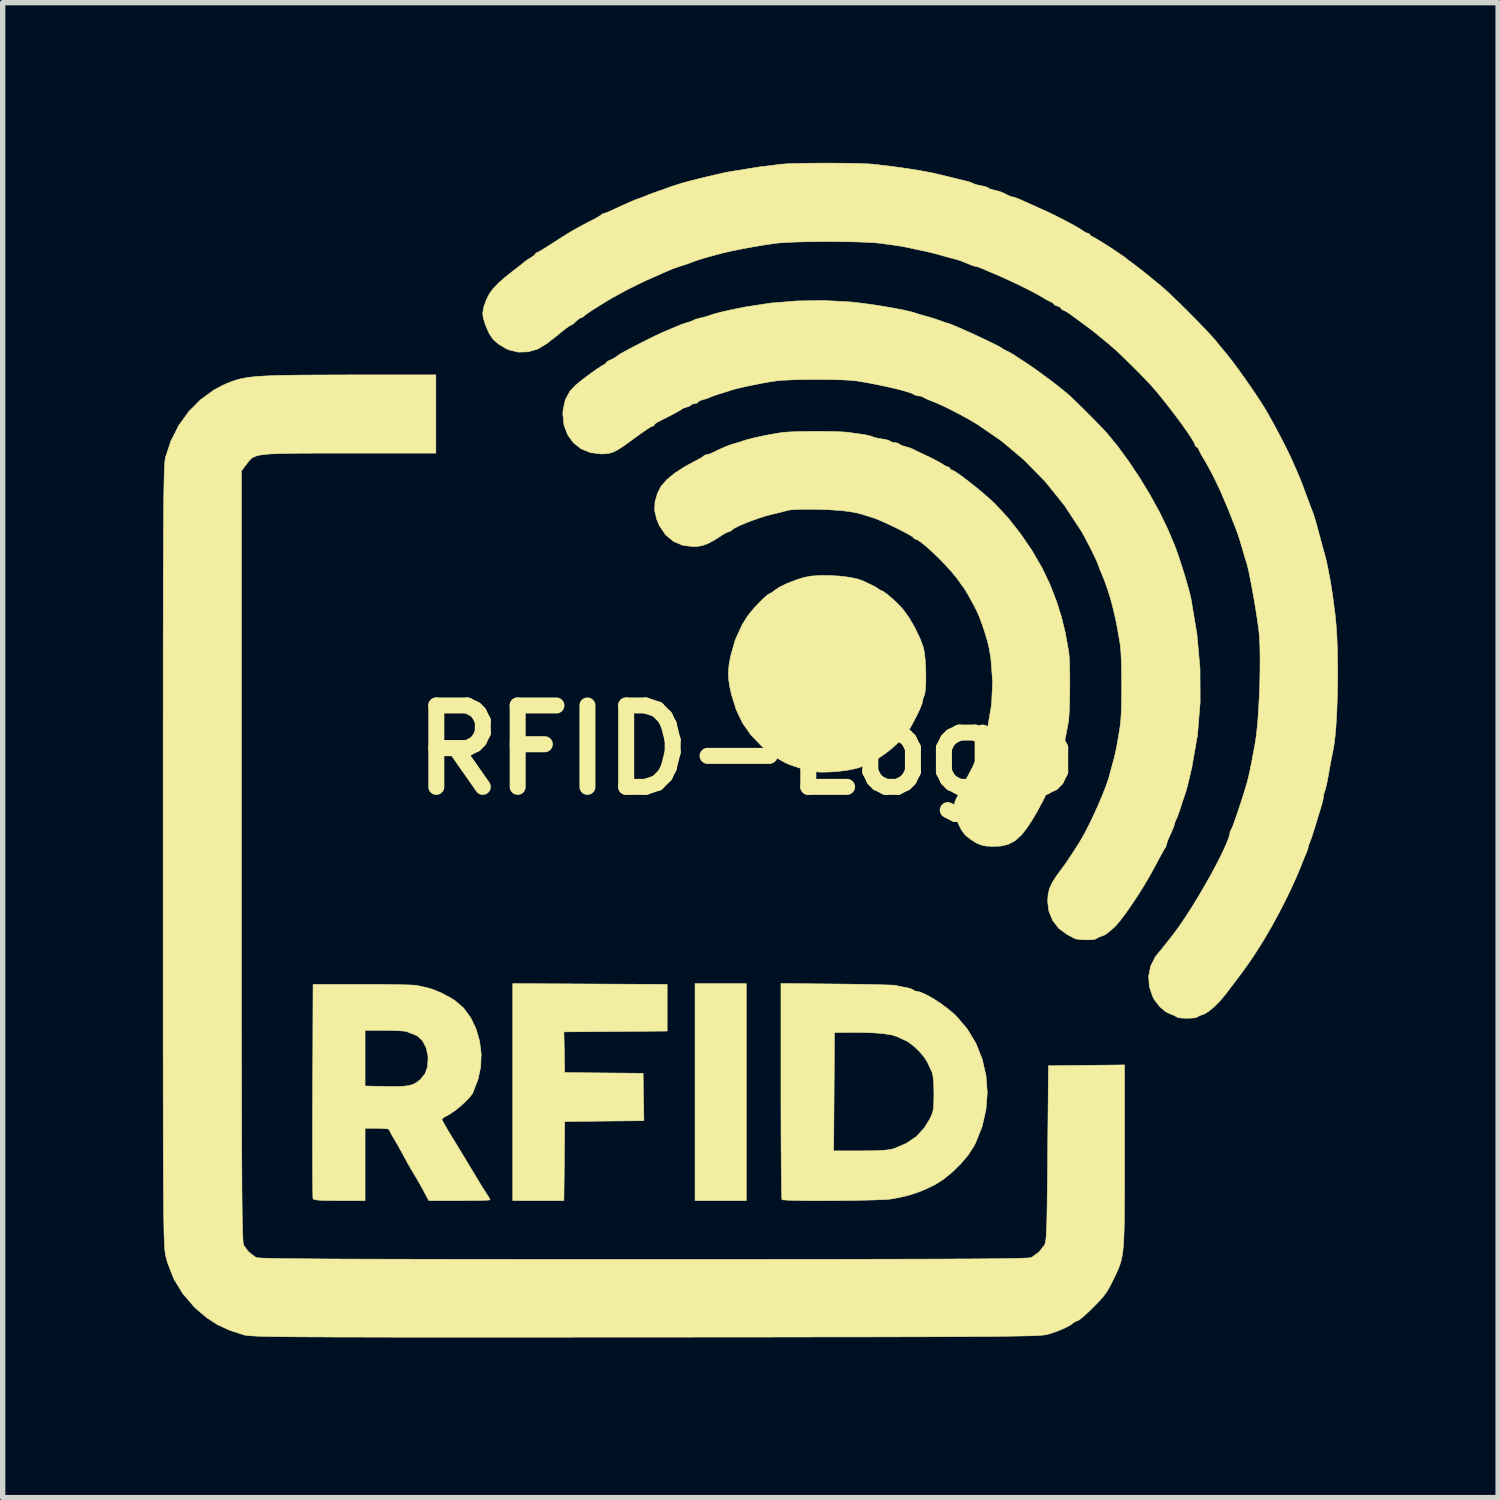
<source format=kicad_pcb>
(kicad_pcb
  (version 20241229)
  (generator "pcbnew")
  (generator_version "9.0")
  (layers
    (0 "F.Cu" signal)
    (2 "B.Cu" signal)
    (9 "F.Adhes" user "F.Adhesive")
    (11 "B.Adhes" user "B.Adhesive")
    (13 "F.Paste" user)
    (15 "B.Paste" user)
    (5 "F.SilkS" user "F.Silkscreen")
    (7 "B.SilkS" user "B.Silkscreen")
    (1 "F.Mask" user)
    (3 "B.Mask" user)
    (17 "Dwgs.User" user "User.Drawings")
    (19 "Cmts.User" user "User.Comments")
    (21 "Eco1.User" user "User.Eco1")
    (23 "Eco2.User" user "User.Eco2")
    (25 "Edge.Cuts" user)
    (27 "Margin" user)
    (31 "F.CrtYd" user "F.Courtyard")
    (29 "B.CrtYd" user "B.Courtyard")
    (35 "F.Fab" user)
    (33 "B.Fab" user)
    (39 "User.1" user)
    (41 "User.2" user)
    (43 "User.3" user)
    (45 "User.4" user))
  (footprint "RFID-Logo"
    (layer "F.Cu")
    (at 10.927 10.997)
    (property "Reference" "RFID-Logo" (at 0 0 0) (layer "F.SilkS") (effects (font (size 1.524 1.524) (thickness 0.3))))
    (attr through_hole)
    (fp_poly (pts (xy 0 8.438) (xy -0.96 8.438) (xy -0.96 4.374) (xy 0 4.374) (xy 0 8.438)) (stroke (width 0.01) (type solid)) (fill yes) (layer "F.SilkS"))
    (fp_poly (pts (xy -1.482 4.389) (xy -1.482 5.263) (xy -2.449 5.271) (xy -3.416 5.278) (xy -3.401 6.041) (xy -2.667 6.047) (xy -1.933 6.054) (xy -1.918 6.942) (xy -2.659 6.949) (xy -3.401 6.957) (xy -3.408 7.698) (xy -3.416 8.438) (xy -4.374 8.438) (xy -4.374 4.374) (xy -1.482 4.389)) (stroke (width 0.01) (type solid)) (fill yes) (layer "F.SilkS"))
    (fp_poly (pts (xy 1.748 -3.258) (xy 1.928 -3.236) (xy 2.082 -3.204) (xy 2.195 -3.164) (xy 2.195 -3.164) (xy 2.251 -3.136) (xy 2.33 -3.099) (xy 2.357 -3.086) (xy 2.427 -3.05) (xy 2.472 -3.02) (xy 2.479 -3.013) (xy 2.511 -2.992) (xy 2.518 -2.992) (xy 2.562 -2.972) (xy 2.632 -2.922) (xy 2.719 -2.849) (xy 2.812 -2.764) (xy 2.898 -2.676) (xy 2.953 -2.612) (xy 3.06 -2.46) (xy 3.165 -2.275) (xy 3.256 -2.083) (xy 3.316 -1.922) (xy 3.335 -1.83) (xy 3.349 -1.705) (xy 3.359 -1.56) (xy 3.363 -1.409) (xy 3.362 -1.264) (xy 3.355 -1.141) (xy 3.343 -1.051) (xy 3.332 -1.02) (xy 3.307 -0.954) (xy 3.302 -0.917) (xy 3.289 -0.864) (xy 3.254 -0.776) (xy 3.203 -0.666) (xy 3.144 -0.55) (xy 3.084 -0.44) (xy 3.03 -0.35) (xy 3.001 -0.31) (xy 2.873 -0.168) (xy 2.73 -0.033) (xy 2.593 0.073) (xy 2.582 0.081) (xy 2.513 0.127) (xy 2.466 0.161) (xy 2.455 0.169) (xy 2.423 0.189) (xy 2.36 0.221) (xy 2.342 0.229) (xy 2.256 0.269) (xy 2.178 0.304) (xy 2.173 0.307) (xy 2.061 0.344) (xy 1.911 0.375) (xy 1.74 0.398) (xy 1.562 0.411) (xy 1.396 0.414) (xy 1.257 0.405) (xy 1.185 0.391) (xy 1.017 0.342) (xy 0.892 0.302) (xy 0.8 0.269) (xy 0.73 0.238) (xy 0.671 0.206) (xy 0.671 0.205) (xy 0.603 0.166) (xy 0.558 0.143) (xy 0.55 0.141) (xy 0.529 0.134) (xy 0.493 0.108) (xy 0.433 0.057) (xy 0.343 -0.023) (xy 0.276 -0.085) (xy 0.084 -0.286) (xy -0.069 -0.504) (xy -0.187 -0.75) (xy -0.276 -1.033) (xy -0.309 -1.18) (xy -0.331 -1.323) (xy -0.336 -1.454) (xy -0.323 -1.596) (xy -0.296 -1.75) (xy -0.207 -2.064) (xy -0.075 -2.352) (xy 0.019 -2.501) (xy 0.086 -2.588) (xy 0.168 -2.683) (xy 0.255 -2.774) (xy 0.337 -2.854) (xy 0.404 -2.911) (xy 0.446 -2.935) (xy 0.448 -2.935) (xy 0.483 -2.952) (xy 0.524 -2.985) (xy 0.618 -3.049) (xy 0.758 -3.118) (xy 0.932 -3.186) (xy 1.073 -3.231) (xy 1.205 -3.257) (xy 1.372 -3.269) (xy 1.558 -3.269) (xy 1.748 -3.258)) (stroke (width 0.01) (type solid)) (fill yes) (layer "F.SilkS"))
    (fp_poly (pts (xy 1.7 4.382) (xy 1.94 4.385) (xy 2.162 4.388) (xy 2.362 4.392) (xy 2.531 4.396) (xy 2.663 4.4) (xy 2.753 4.403) (xy 2.793 4.407) (xy 2.794 4.407) (xy 2.846 4.42) (xy 2.929 4.437) (xy 2.971 4.444) (xy 3.053 4.461) (xy 3.108 4.481) (xy 3.121 4.491) (xy 3.159 4.513) (xy 3.178 4.516) (xy 3.259 4.533) (xy 3.371 4.583) (xy 3.502 4.656) (xy 3.642 4.747) (xy 3.779 4.849) (xy 3.902 4.954) (xy 3.931 4.981) (xy 4.138 5.223) (xy 4.301 5.494) (xy 4.418 5.788) (xy 4.489 6.097) (xy 4.513 6.416) (xy 4.488 6.738) (xy 4.415 7.056) (xy 4.291 7.364) (xy 4.261 7.422) (xy 4.158 7.581) (xy 4.019 7.746) (xy 3.858 7.904) (xy 3.691 8.04) (xy 3.531 8.142) (xy 3.51 8.152) (xy 3.337 8.233) (xy 3.187 8.293) (xy 3.038 8.339) (xy 2.869 8.379) (xy 2.722 8.407) (xy 2.657 8.414) (xy 2.549 8.42) (xy 2.404 8.426) (xy 2.232 8.43) (xy 2.038 8.434) (xy 1.833 8.437) (xy 1.622 8.438) (xy 1.414 8.439) (xy 1.217 8.439) (xy 1.039 8.437) (xy 0.887 8.434) (xy 0.769 8.43) (xy 0.694 8.425) (xy 0.668 8.42) (xy 0.665 8.389) (xy 0.662 8.306) (xy 0.659 8.177) (xy 0.657 8.004) (xy 0.654 7.793) (xy 0.653 7.548) (xy 0.652 7.507) (xy 1.636 7.507) (xy 2.138 7.507) (xy 2.347 7.505) (xy 2.507 7.5) (xy 2.628 7.491) (xy 2.717 7.477) (xy 2.766 7.464) (xy 2.997 7.366) (xy 3.183 7.24) (xy 3.331 7.081) (xy 3.434 6.914) (xy 3.469 6.842) (xy 3.492 6.778) (xy 3.505 6.708) (xy 3.511 6.615) (xy 3.513 6.485) (xy 3.514 6.432) (xy 3.51 6.245) (xy 3.497 6.111) (xy 3.477 6.028) (xy 3.474 6.023) (xy 3.434 5.938) (xy 3.392 5.847) (xy 3.39 5.843) (xy 3.328 5.746) (xy 3.235 5.638) (xy 3.128 5.538) (xy 3.025 5.462) (xy 2.991 5.444) (xy 2.904 5.404) (xy 2.827 5.368) (xy 2.822 5.366) (xy 2.726 5.336) (xy 2.582 5.313) (xy 2.398 5.297) (xy 2.184 5.289) (xy 2.004 5.288) (xy 1.651 5.292) (xy 1.644 6.399) (xy 1.636 7.507) (xy 0.652 7.507) (xy 0.651 7.273) (xy 0.65 6.974) (xy 0.649 6.655) (xy 0.649 6.386) (xy 0.649 4.372) (xy 1.7 4.382)) (stroke (width 0.01) (type solid)) (fill yes) (layer "F.SilkS"))
    (fp_poly (pts (xy -6.955 4.389) (xy -6.742 4.391) (xy -6.552 4.394) (xy -6.392 4.397) (xy -6.268 4.401) (xy -6.19 4.406) (xy -6.167 4.409) (xy -6.072 4.431) (xy -5.997 4.446) (xy -5.859 4.487) (xy -5.697 4.556) (xy -5.532 4.645) (xy -5.456 4.693) (xy -5.294 4.832) (xy -5.162 5.012) (xy -5.062 5.221) (xy -4.995 5.451) (xy -4.965 5.692) (xy -4.974 5.933) (xy -5.024 6.166) (xy -5.069 6.284) (xy -5.095 6.348) (xy -5.108 6.387) (xy -5.108 6.389) (xy -5.129 6.436) (xy -5.185 6.506) (xy -5.265 6.589) (xy -5.359 6.675) (xy -5.455 6.752) (xy -5.542 6.812) (xy -5.576 6.831) (xy -5.649 6.871) (xy -5.694 6.905) (xy -5.701 6.917) (xy -5.687 6.95) (xy -5.648 7.02) (xy -5.592 7.118) (xy -5.523 7.232) (xy -5.522 7.232) (xy -5.438 7.369) (xy -5.337 7.535) (xy -5.232 7.709) (xy -5.134 7.873) (xy -5.124 7.888) (xy -5.043 8.023) (xy -4.968 8.147) (xy -4.905 8.248) (xy -4.862 8.316) (xy -4.851 8.331) (xy -4.815 8.388) (xy -4.798 8.422) (xy -4.798 8.423) (xy -4.825 8.428) (xy -4.899 8.432) (xy -5.014 8.435) (xy -5.16 8.437) (xy -5.329 8.438) (xy -5.372 8.438) (xy -5.947 8.438) (xy -6.04 8.262) (xy -6.104 8.145) (xy -6.174 8.024) (xy -6.221 7.945) (xy -6.284 7.839) (xy -6.354 7.716) (xy -6.399 7.633) (xy -6.465 7.511) (xy -6.541 7.376) (xy -6.588 7.296) (xy -6.639 7.209) (xy -6.675 7.141) (xy -6.689 7.107) (xy -6.689 7.107) (xy -6.715 7.096) (xy -6.784 7.088) (xy -6.883 7.084) (xy -6.914 7.084) (xy -7.14 7.084) (xy -7.14 8.438) (xy -7.621 8.438) (xy -7.81 8.437) (xy -7.948 8.434) (xy -8.041 8.427) (xy -8.095 8.417) (xy -8.115 8.403) (xy -8.117 8.37) (xy -8.119 8.284) (xy -8.12 8.152) (xy -8.122 7.977) (xy -8.122 7.764) (xy -8.123 7.517) (xy -8.123 7.242) (xy -8.123 6.942) (xy -8.122 6.623) (xy -8.121 6.378) (xy -8.117 5.249) (xy -7.14 5.249) (xy -7.14 6.292) (xy -6.752 6.3) (xy -6.566 6.302) (xy -6.425 6.297) (xy -6.32 6.284) (xy -6.238 6.26) (xy -6.17 6.223) (xy -6.105 6.171) (xy -6.104 6.17) (xy -6.016 6.062) (xy -5.969 5.93) (xy -5.96 5.765) (xy -5.963 5.722) (xy -5.997 5.571) (xy -6.063 5.446) (xy -6.156 5.357) (xy -6.226 5.324) (xy -6.303 5.297) (xy -6.357 5.274) (xy -6.402 5.265) (xy -6.492 5.257) (xy -6.614 5.252) (xy -6.754 5.249) (xy -6.773 5.249) (xy -7.14 5.249) (xy -8.117 5.249) (xy -8.114 4.389) (xy -7.183 4.389) (xy -6.955 4.389)) (stroke (width 0.01) (type solid)) (fill yes) (layer "F.SilkS"))
    (fp_poly (pts (xy 1.446 -5.968) (xy 1.619 -5.965) (xy 1.769 -5.96) (xy 1.879 -5.953) (xy 1.905 -5.95) (xy 2.026 -5.933) (xy 2.154 -5.915) (xy 2.187 -5.911) (xy 2.274 -5.895) (xy 2.339 -5.878) (xy 2.357 -5.87) (xy 2.399 -5.854) (xy 2.477 -5.837) (xy 2.533 -5.828) (xy 2.619 -5.813) (xy 2.68 -5.794) (xy 2.697 -5.783) (xy 2.734 -5.763) (xy 2.78 -5.757) (xy 2.838 -5.748) (xy 2.863 -5.731) (xy 2.9 -5.708) (xy 2.966 -5.686) (xy 2.97 -5.685) (xy 3.047 -5.664) (xy 3.104 -5.643) (xy 3.147 -5.621) (xy 3.227 -5.582) (xy 3.332 -5.532) (xy 3.401 -5.5) (xy 3.513 -5.445) (xy 3.608 -5.394) (xy 3.673 -5.356) (xy 3.692 -5.343) (xy 3.745 -5.311) (xy 3.77 -5.306) (xy 3.806 -5.29) (xy 3.81 -5.278) (xy 3.832 -5.25) (xy 3.84 -5.249) (xy 3.882 -5.232) (xy 3.958 -5.183) (xy 4.059 -5.111) (xy 4.177 -5.021) (xy 4.304 -4.919) (xy 4.431 -4.814) (xy 4.55 -4.71) (xy 4.652 -4.616) (xy 4.661 -4.607) (xy 4.903 -4.347) (xy 5.137 -4.049) (xy 5.354 -3.731) (xy 5.541 -3.407) (xy 5.687 -3.101) (xy 5.808 -2.789) (xy 5.901 -2.497) (xy 5.973 -2.202) (xy 6.031 -1.88) (xy 6.042 -1.806) (xy 6.05 -1.719) (xy 6.055 -1.59) (xy 6.058 -1.432) (xy 6.059 -1.256) (xy 6.057 -1.075) (xy 6.054 -0.899) (xy 6.049 -0.743) (xy 6.042 -0.616) (xy 6.033 -0.532) (xy 6.031 -0.522) (xy 6.019 -0.458) (xy 6.003 -0.371) (xy 6 -0.353) (xy 5.98 -0.249) (xy 5.957 -0.149) (xy 5.955 -0.141) (xy 5.912 0.02) (xy 5.873 0.163) (xy 5.839 0.276) (xy 5.816 0.346) (xy 5.813 0.353) (xy 5.791 0.408) (xy 5.757 0.496) (xy 5.725 0.579) (xy 5.648 0.76) (xy 5.555 0.951) (xy 5.453 1.141) (xy 5.35 1.317) (xy 5.251 1.466) (xy 5.163 1.578) (xy 5.146 1.597) (xy 5.026 1.703) (xy 4.902 1.767) (xy 4.757 1.799) (xy 4.618 1.804) (xy 4.492 1.798) (xy 4.399 1.779) (xy 4.314 1.743) (xy 4.292 1.73) (xy 4.203 1.673) (xy 4.124 1.613) (xy 4.1 1.591) (xy 4.028 1.495) (xy 3.967 1.372) (xy 3.923 1.237) (xy 3.9 1.106) (xy 3.901 0.995) (xy 3.917 0.941) (xy 3.944 0.889) (xy 3.985 0.806) (xy 4.029 0.72) (xy 4.084 0.61) (xy 4.154 0.477) (xy 4.222 0.348) (xy 4.23 0.334) (xy 4.401 -0.04) (xy 4.522 -0.437) (xy 4.593 -0.851) (xy 4.613 -1.277) (xy 4.581 -1.709) (xy 4.547 -1.912) (xy 4.518 -2.036) (xy 4.472 -2.19) (xy 4.418 -2.351) (xy 4.364 -2.497) (xy 4.32 -2.596) (xy 4.276 -2.684) (xy 4.222 -2.784) (xy 4.167 -2.884) (xy 4.117 -2.97) (xy 4.08 -3.029) (xy 4.066 -3.048) (xy 4.04 -3.08) (xy 4.001 -3.137) (xy 3.998 -3.142) (xy 3.931 -3.235) (xy 3.839 -3.345) (xy 3.731 -3.464) (xy 3.613 -3.585) (xy 3.495 -3.7) (xy 3.383 -3.801) (xy 3.285 -3.882) (xy 3.21 -3.934) (xy 3.168 -3.95) (xy 3.135 -3.967) (xy 3.133 -3.976) (xy 3.109 -3.998) (xy 3.044 -4.037) (xy 2.949 -4.088) (xy 2.835 -4.146) (xy 2.712 -4.206) (xy 2.592 -4.262) (xy 2.485 -4.309) (xy 2.402 -4.342) (xy 2.385 -4.347) (xy 2.303 -4.373) (xy 2.24 -4.393) (xy 2.23 -4.397) (xy 2.095 -4.436) (xy 1.945 -4.465) (xy 1.769 -4.486) (xy 1.556 -4.5) (xy 1.355 -4.507) (xy 1.19 -4.51) (xy 1.039 -4.509) (xy 0.912 -4.504) (xy 0.822 -4.497) (xy 0.79 -4.492) (xy 0.713 -4.472) (xy 0.604 -4.444) (xy 0.486 -4.416) (xy 0.48 -4.415) (xy 0.357 -4.382) (xy 0.22 -4.338) (xy 0.081 -4.288) (xy -0.05 -4.236) (xy -0.161 -4.187) (xy -0.24 -4.145) (xy -0.277 -4.114) (xy -0.278 -4.113) (xy -0.31 -4.093) (xy -0.32 -4.092) (xy -0.363 -4.077) (xy -0.43 -4.041) (xy -0.452 -4.026) (xy -0.601 -3.93) (xy -0.721 -3.867) (xy -0.826 -3.829) (xy -0.93 -3.812) (xy -0.996 -3.81) (xy -1.193 -3.835) (xy -1.367 -3.91) (xy -1.512 -4.032) (xy -1.625 -4.198) (xy -1.678 -4.322) (xy -1.716 -4.486) (xy -1.71 -4.646) (xy -1.663 -4.81) (xy -1.596 -4.939) (xy -1.488 -5.064) (xy -1.338 -5.188) (xy -1.14 -5.314) (xy -0.917 -5.433) (xy -0.847 -5.471) (xy -0.802 -5.502) (xy -0.795 -5.51) (xy -0.762 -5.529) (xy -0.743 -5.532) (xy -0.688 -5.544) (xy -0.625 -5.571) (xy -0.508 -5.629) (xy -0.383 -5.684) (xy -0.272 -5.725) (xy -0.208 -5.744) (xy -0.127 -5.766) (xy -0.071 -5.786) (xy 0.003 -5.81) (xy 0.118 -5.84) (xy 0.261 -5.872) (xy 0.419 -5.904) (xy 0.578 -5.932) (xy 0.677 -5.947) (xy 0.772 -5.956) (xy 0.91 -5.962) (xy 1.077 -5.966) (xy 1.26 -5.968) (xy 1.446 -5.968)) (stroke (width 0.01) (type solid)) (fill yes) (layer "F.SilkS"))
    (fp_poly (pts (xy -5.814 -5.56) (xy -7.436 -5.56) (xy -7.795 -5.56) (xy -8.102 -5.56) (xy -8.362 -5.559) (xy -8.579 -5.556) (xy -8.757 -5.552) (xy -8.901 -5.546) (xy -9.015 -5.537) (xy -9.104 -5.525) (xy -9.172 -5.509) (xy -9.224 -5.489) (xy -9.264 -5.465) (xy -9.296 -5.435) (xy -9.326 -5.4) (xy -9.357 -5.359) (xy -9.363 -5.351) (xy -9.454 -5.23) (xy -9.454 1.981) (xy -9.454 2.744) (xy -9.454 3.452) (xy -9.454 4.107) (xy -9.454 4.713) (xy -9.454 5.269) (xy -9.453 5.78) (xy -9.452 6.245) (xy -9.452 6.668) (xy -9.451 7.051) (xy -9.45 7.395) (xy -9.449 7.702) (xy -9.447 7.975) (xy -9.446 8.216) (xy -9.444 8.425) (xy -9.442 8.606) (xy -9.44 8.761) (xy -9.437 8.891) (xy -9.434 8.998) (xy -9.431 9.084) (xy -9.428 9.152) (xy -9.425 9.203) (xy -9.421 9.239) (xy -9.417 9.263) (xy -9.413 9.275) (xy -9.324 9.396) (xy -9.19 9.498) (xy -9.18 9.504) (xy -9.162 9.508) (xy -9.124 9.511) (xy -9.063 9.515) (xy -8.976 9.518) (xy -8.863 9.52) (xy -8.722 9.523) (xy -8.551 9.525) (xy -8.348 9.527) (xy -8.112 9.529) (xy -7.84 9.531) (xy -7.531 9.533) (xy -7.184 9.534) (xy -6.796 9.535) (xy -6.366 9.536) (xy -5.891 9.537) (xy -5.371 9.538) (xy -4.804 9.538) (xy -4.187 9.539) (xy -3.52 9.539) (xy -2.799 9.539) (xy -2.024 9.539) (xy -1.919 9.539) (xy -1.137 9.539) (xy -0.41 9.539) (xy 0.265 9.539) (xy 0.888 9.538) (xy 1.462 9.538) (xy 1.988 9.537) (xy 2.468 9.536) (xy 2.904 9.535) (xy 3.297 9.534) (xy 3.65 9.533) (xy 3.964 9.531) (xy 4.24 9.53) (xy 4.481 9.528) (xy 4.688 9.526) (xy 4.863 9.523) (xy 5.008 9.521) (xy 5.125 9.518) (xy 5.214 9.515) (xy 5.279 9.512) (xy 5.32 9.508) (xy 5.34 9.504) (xy 5.341 9.504) (xy 5.481 9.402) (xy 5.581 9.276) (xy 5.584 9.271) (xy 5.594 9.248) (xy 5.602 9.216) (xy 5.61 9.169) (xy 5.616 9.104) (xy 5.621 9.015) (xy 5.626 8.9) (xy 5.63 8.752) (xy 5.633 8.569) (xy 5.636 8.344) (xy 5.64 8.075) (xy 5.643 7.756) (xy 5.644 7.549) (xy 5.659 5.913) (xy 7.084 5.897) (xy 7.084 7.603) (xy 7.084 7.974) (xy 7.083 8.293) (xy 7.082 8.565) (xy 7.08 8.795) (xy 7.076 8.988) (xy 7.07 9.15) (xy 7.062 9.284) (xy 7.051 9.395) (xy 7.036 9.489) (xy 7.018 9.571) (xy 6.995 9.644) (xy 6.968 9.715) (xy 6.936 9.788) (xy 6.898 9.867) (xy 6.882 9.901) (xy 6.815 10.035) (xy 6.756 10.139) (xy 6.69 10.229) (xy 6.607 10.324) (xy 6.505 10.428) (xy 6.378 10.551) (xy 6.279 10.638) (xy 6.21 10.687) (xy 6.182 10.696) (xy 6.142 10.714) (xy 6.119 10.733) (xy 6.055 10.778) (xy 5.952 10.83) (xy 5.827 10.882) (xy 5.696 10.928) (xy 5.63 10.946) (xy 5.608 10.951) (xy 5.578 10.955) (xy 5.537 10.959) (xy 5.484 10.963) (xy 5.417 10.966) (xy 5.333 10.97) (xy 5.23 10.972) (xy 5.107 10.975) (xy 4.961 10.977) (xy 4.79 10.98) (xy 4.593 10.982) (xy 4.368 10.983) (xy 4.111 10.985) (xy 3.823 10.986) (xy 3.499 10.988) (xy 3.138 10.989) (xy 2.739 10.99) (xy 2.299 10.991) (xy 1.817 10.992) (xy 1.289 10.992) (xy 0.715 10.993) (xy 0.091 10.994) (xy -0.583 10.994) (xy -1.31 10.995) (xy -1.891 10.995) (xy -2.655 10.995) (xy -3.366 10.996) (xy -4.023 10.996) (xy -4.631 10.996) (xy -5.19 10.996) (xy -5.703 10.996) (xy -6.172 10.996) (xy -6.599 10.996) (xy -6.986 10.995) (xy -7.335 10.994) (xy -7.647 10.994) (xy -7.926 10.992) (xy -8.173 10.991) (xy -8.39 10.99) (xy -8.58 10.988) (xy -8.744 10.986) (xy -8.884 10.984) (xy -9.002 10.981) (xy -9.101 10.979) (xy -9.182 10.976) (xy -9.248 10.972) (xy -9.301 10.969) (xy -9.342 10.965) (xy -9.373 10.96) (xy -9.398 10.956) (xy -9.412 10.952) (xy -9.679 10.865) (xy -9.906 10.76) (xy -10.109 10.629) (xy -10.303 10.463) (xy -10.342 10.426) (xy -10.556 10.177) (xy -10.721 9.905) (xy -10.839 9.603) (xy -10.867 9.5) (xy -10.873 9.476) (xy -10.878 9.451) (xy -10.883 9.421) (xy -10.887 9.386) (xy -10.892 9.343) (xy -10.895 9.291) (xy -10.899 9.226) (xy -10.902 9.147) (xy -10.905 9.052) (xy -10.907 8.938) (xy -10.91 8.805) (xy -10.912 8.648) (xy -10.914 8.468) (xy -10.915 8.26) (xy -10.917 8.024) (xy -10.918 7.757) (xy -10.919 7.457) (xy -10.92 7.122) (xy -10.92 6.75) (xy -10.921 6.339) (xy -10.921 5.886) (xy -10.922 5.39) (xy -10.922 4.849) (xy -10.922 4.26) (xy -10.922 3.622) (xy -10.922 2.931) (xy -10.922 2.187) (xy -10.922 1.988) (xy -10.922 1.223) (xy -10.922 0.513) (xy -10.922 -0.146) (xy -10.921 -0.754) (xy -10.921 -1.313) (xy -10.921 -1.827) (xy -10.92 -2.296) (xy -10.919 -2.723) (xy -10.919 -3.11) (xy -10.918 -3.458) (xy -10.916 -3.77) (xy -10.915 -4.049) (xy -10.914 -4.295) (xy -10.912 -4.511) (xy -10.91 -4.699) (xy -10.908 -4.862) (xy -10.905 -5) (xy -10.903 -5.116) (xy -10.9 -5.213) (xy -10.897 -5.291) (xy -10.893 -5.354) (xy -10.889 -5.403) (xy -10.885 -5.441) (xy -10.881 -5.468) (xy -10.878 -5.48) (xy -10.776 -5.789) (xy -10.63 -6.077) (xy -10.444 -6.336) (xy -10.223 -6.559) (xy -9.975 -6.741) (xy -9.803 -6.832) (xy -9.72 -6.869) (xy -9.64 -6.901) (xy -9.561 -6.928) (xy -9.475 -6.951) (xy -9.38 -6.97) (xy -9.27 -6.986) (xy -9.14 -6.998) (xy -8.986 -7.007) (xy -8.803 -7.014) (xy -8.585 -7.019) (xy -8.329 -7.022) (xy -8.029 -7.024) (xy -7.682 -7.025) (xy -7.401 -7.026) (xy -5.814 -7.027) (xy -5.814 -5.56)) (stroke (width 0.01) (type solid)) (fill yes) (layer "F.SilkS"))
    (fp_poly (pts (xy 1.929 -8.394) (xy 2.004 -8.387) (xy 2.192 -8.365) (xy 2.393 -8.337) (xy 2.595 -8.305) (xy 2.787 -8.271) (xy 2.956 -8.238) (xy 3.09 -8.207) (xy 3.161 -8.186) (xy 3.226 -8.165) (xy 3.322 -8.137) (xy 3.401 -8.115) (xy 3.501 -8.085) (xy 3.585 -8.058) (xy 3.627 -8.043) (xy 3.7 -8.016) (xy 3.754 -7.999) (xy 3.791 -7.988) (xy 3.837 -7.971) (xy 3.902 -7.944) (xy 3.997 -7.904) (xy 4.13 -7.845) (xy 4.163 -7.831) (xy 4.261 -7.786) (xy 4.374 -7.733) (xy 4.492 -7.677) (xy 4.602 -7.624) (xy 4.693 -7.579) (xy 4.752 -7.547) (xy 4.77 -7.537) (xy 4.801 -7.515) (xy 4.865 -7.48) (xy 4.897 -7.465) (xy 4.968 -7.427) (xy 5.015 -7.4) (xy 5.024 -7.393) (xy 5.053 -7.372) (xy 5.117 -7.33) (xy 5.193 -7.282) (xy 5.297 -7.213) (xy 5.432 -7.119) (xy 5.581 -7.01) (xy 5.733 -6.897) (xy 5.872 -6.789) (xy 5.985 -6.697) (xy 6.024 -6.664) (xy 6.107 -6.588) (xy 6.216 -6.483) (xy 6.341 -6.36) (xy 6.469 -6.231) (xy 6.589 -6.109) (xy 6.69 -6.004) (xy 6.748 -5.94) (xy 6.952 -5.693) (xy 7.161 -5.407) (xy 7.368 -5.097) (xy 7.562 -4.777) (xy 7.736 -4.461) (xy 7.881 -4.163) (xy 7.93 -4.05) (xy 7.956 -3.987) (xy 7.992 -3.905) (xy 7.999 -3.888) (xy 8.041 -3.782) (xy 8.093 -3.636) (xy 8.149 -3.465) (xy 8.206 -3.285) (xy 8.257 -3.11) (xy 8.3 -2.955) (xy 8.328 -2.836) (xy 8.439 -2.175) (xy 8.497 -1.529) (xy 8.5 -0.897) (xy 8.45 -0.282) (xy 8.345 0.318) (xy 8.331 0.381) (xy 8.288 0.563) (xy 8.255 0.696) (xy 8.23 0.786) (xy 8.214 0.833) (xy 8.194 0.889) (xy 8.165 0.978) (xy 8.14 1.058) (xy 8.106 1.161) (xy 8.072 1.252) (xy 8.051 1.298) (xy 8.025 1.361) (xy 8.015 1.399) (xy 8.004 1.439) (xy 7.974 1.512) (xy 7.945 1.575) (xy 7.906 1.661) (xy 7.88 1.73) (xy 7.874 1.758) (xy 7.857 1.812) (xy 7.85 1.822) (xy 7.828 1.856) (xy 7.787 1.93) (xy 7.73 2.033) (xy 7.666 2.155) (xy 7.656 2.173) (xy 7.557 2.353) (xy 7.447 2.541) (xy 7.33 2.727) (xy 7.212 2.904) (xy 7.1 3.064) (xy 6.998 3.198) (xy 6.913 3.298) (xy 6.854 3.352) (xy 6.792 3.402) (xy 6.764 3.428) (xy 6.706 3.466) (xy 6.649 3.487) (xy 6.589 3.51) (xy 6.56 3.531) (xy 6.525 3.544) (xy 6.452 3.552) (xy 6.359 3.554) (xy 6.265 3.55) (xy 6.189 3.541) (xy 6.152 3.53) (xy 6.1 3.503) (xy 6.026 3.463) (xy 6.011 3.455) (xy 5.854 3.342) (xy 5.738 3.193) (xy 5.666 3.016) (xy 5.644 2.834) (xy 5.652 2.707) (xy 5.678 2.595) (xy 5.729 2.483) (xy 5.811 2.355) (xy 5.875 2.268) (xy 5.945 2.174) (xy 6.014 2.076) (xy 6.091 1.96) (xy 6.184 1.816) (xy 6.252 1.707) (xy 6.327 1.578) (xy 6.412 1.414) (xy 6.501 1.229) (xy 6.589 1.035) (xy 6.669 0.846) (xy 6.737 0.674) (xy 6.785 0.532) (xy 6.8 0.48) (xy 6.822 0.397) (xy 6.851 0.289) (xy 6.872 0.212) (xy 6.897 0.119) (xy 6.919 0.024) (xy 6.941 -0.088) (xy 6.966 -0.227) (xy 6.995 -0.407) (xy 7.002 -0.452) (xy 7.013 -0.554) (xy 7.022 -0.701) (xy 7.027 -0.88) (xy 7.03 -1.079) (xy 7.03 -1.286) (xy 7.028 -1.488) (xy 7.023 -1.675) (xy 7.016 -1.833) (xy 7.005 -1.95) (xy 7.002 -1.976) (xy 6.974 -2.143) (xy 6.947 -2.296) (xy 6.923 -2.419) (xy 6.906 -2.498) (xy 6.891 -2.559) (xy 6.87 -2.647) (xy 6.86 -2.689) (xy 6.82 -2.84) (xy 6.765 -3.013) (xy 6.706 -3.179) (xy 6.662 -3.288) (xy 6.624 -3.377) (xy 6.595 -3.456) (xy 6.59 -3.471) (xy 6.567 -3.527) (xy 6.525 -3.62) (xy 6.469 -3.734) (xy 6.406 -3.857) (xy 6.344 -3.976) (xy 6.289 -4.076) (xy 6.271 -4.106) (xy 5.958 -4.582) (xy 5.603 -5.023) (xy 5.21 -5.426) (xy 4.782 -5.787) (xy 4.331 -6.098) (xy 4.177 -6.189) (xy 4.005 -6.284) (xy 3.829 -6.375) (xy 3.665 -6.455) (xy 3.528 -6.515) (xy 3.485 -6.531) (xy 3.401 -6.565) (xy 3.337 -6.595) (xy 3.318 -6.608) (xy 3.269 -6.628) (xy 3.231 -6.632) (xy 3.171 -6.643) (xy 3.145 -6.657) (xy 3.096 -6.682) (xy 3 -6.714) (xy 2.866 -6.751) (xy 2.704 -6.79) (xy 2.523 -6.829) (xy 2.332 -6.867) (xy 2.141 -6.901) (xy 2.06 -6.914) (xy 1.959 -6.924) (xy 1.813 -6.932) (xy 1.635 -6.937) (xy 1.438 -6.94) (xy 1.233 -6.94) (xy 1.032 -6.938) (xy 0.848 -6.933) (xy 0.693 -6.926) (xy 0.579 -6.916) (xy 0.564 -6.914) (xy 0.426 -6.893) (xy 0.27 -6.865) (xy 0.108 -6.833) (xy -0.044 -6.801) (xy -0.173 -6.771) (xy -0.264 -6.746) (xy -0.282 -6.74) (xy -0.331 -6.724) (xy -0.413 -6.698) (xy -0.494 -6.673) (xy -0.587 -6.643) (xy -0.66 -6.617) (xy -0.691 -6.602) (xy -0.737 -6.583) (xy -0.809 -6.563) (xy -0.811 -6.563) (xy -0.874 -6.542) (xy -0.903 -6.519) (xy -0.903 -6.517) (xy -0.927 -6.496) (xy -0.958 -6.491) (xy -1.011 -6.48) (xy -1.028 -6.466) (xy -1.065 -6.441) (xy -1.121 -6.421) (xy -1.183 -6.401) (xy -1.213 -6.383) (xy -1.229 -6.37) (xy -1.269 -6.347) (xy -1.337 -6.309) (xy -1.44 -6.255) (xy -1.585 -6.181) (xy -1.667 -6.139) (xy -1.711 -6.108) (xy -1.722 -6.089) (xy -1.743 -6.068) (xy -1.749 -6.068) (xy -1.772 -6.061) (xy -1.813 -6.039) (xy -1.878 -5.996) (xy -1.974 -5.929) (xy -2.105 -5.834) (xy -2.173 -5.784) (xy -2.308 -5.688) (xy -2.411 -5.621) (xy -2.496 -5.579) (xy -2.574 -5.556) (xy -2.658 -5.547) (xy -2.723 -5.546) (xy -2.922 -5.571) (xy -3.096 -5.643) (xy -3.239 -5.756) (xy -3.346 -5.905) (xy -3.414 -6.083) (xy -3.436 -6.286) (xy -3.431 -6.373) (xy -3.389 -6.563) (xy -3.301 -6.723) (xy -3.2 -6.83) (xy -3.116 -6.899) (xy -3.014 -6.979) (xy -2.906 -7.059) (xy -2.805 -7.131) (xy -2.726 -7.183) (xy -2.688 -7.205) (xy -2.64 -7.234) (xy -2.625 -7.254) (xy -2.602 -7.279) (xy -2.575 -7.291) (xy -2.511 -7.321) (xy -2.441 -7.362) (xy -2.399 -7.394) (xy -2.363 -7.418) (xy -2.287 -7.46) (xy -2.181 -7.517) (xy -2.056 -7.582) (xy -1.923 -7.65) (xy -1.791 -7.716) (xy -1.671 -7.774) (xy -1.575 -7.819) (xy -1.522 -7.842) (xy -1.432 -7.879) (xy -1.33 -7.922) (xy -1.308 -7.932) (xy -1.216 -7.97) (xy -1.13 -7.998) (xy -1.111 -8.004) (xy -1.043 -8.025) (xy -1.002 -8.044) (xy -0.957 -8.064) (xy -0.884 -8.086) (xy -0.875 -8.088) (xy -0.801 -8.105) (xy -0.76 -8.116) (xy -0.728 -8.126) (xy -0.706 -8.134) (xy -0.601 -8.168) (xy -0.469 -8.203) (xy -0.302 -8.241) (xy -0.091 -8.284) (xy -0.014 -8.299) (xy 0.457 -8.371) (xy 0.952 -8.411) (xy 1.45 -8.419) (xy 1.929 -8.394)) (stroke (width 0.01) (type solid)) (fill yes) (layer "F.SilkS"))
    (fp_poly (pts (xy 1.734 -10.991) (xy 1.938 -10.989) (xy 2.121 -10.984) (xy 2.271 -10.979) (xy 2.377 -10.972) (xy 2.385 -10.971) (xy 2.712 -10.932) (xy 2.997 -10.893) (xy 3.246 -10.853) (xy 3.351 -10.834) (xy 3.439 -10.817) (xy 3.524 -10.8) (xy 3.62 -10.777) (xy 3.743 -10.748) (xy 3.895 -10.71) (xy 4.001 -10.684) (xy 4.095 -10.661) (xy 4.149 -10.648) (xy 4.214 -10.628) (xy 4.247 -10.611) (xy 4.291 -10.593) (xy 4.367 -10.575) (xy 4.395 -10.57) (xy 4.472 -10.553) (xy 4.522 -10.534) (xy 4.529 -10.528) (xy 4.564 -10.508) (xy 4.631 -10.489) (xy 4.646 -10.486) (xy 4.733 -10.464) (xy 4.805 -10.438) (xy 4.808 -10.436) (xy 4.898 -10.391) (xy 4.953 -10.367) (xy 4.986 -10.358) (xy 4.998 -10.358) (xy 5.038 -10.346) (xy 5.113 -10.317) (xy 5.203 -10.277) (xy 5.313 -10.227) (xy 5.422 -10.178) (xy 5.489 -10.148) (xy 5.614 -10.092) (xy 5.754 -10.025) (xy 5.9 -9.952) (xy 6.039 -9.879) (xy 6.162 -9.812) (xy 6.257 -9.756) (xy 6.312 -9.718) (xy 6.316 -9.716) (xy 6.369 -9.685) (xy 6.394 -9.68) (xy 6.431 -9.664) (xy 6.435 -9.652) (xy 6.456 -9.625) (xy 6.465 -9.624) (xy 6.497 -9.609) (xy 6.564 -9.57) (xy 6.657 -9.513) (xy 6.763 -9.446) (xy 6.872 -9.376) (xy 6.972 -9.309) (xy 7.054 -9.253) (xy 7.104 -9.215) (xy 7.146 -9.182) (xy 7.214 -9.131) (xy 7.253 -9.102) (xy 7.324 -9.048) (xy 7.403 -8.987) (xy 7.499 -8.911) (xy 7.62 -8.812) (xy 7.764 -8.694) (xy 7.851 -8.617) (xy 7.968 -8.509) (xy 8.104 -8.378) (xy 8.25 -8.234) (xy 8.397 -8.086) (xy 8.535 -7.944) (xy 8.655 -7.817) (xy 8.748 -7.715) (xy 8.779 -7.679) (xy 8.861 -7.579) (xy 8.947 -7.475) (xy 9.003 -7.407) (xy 9.103 -7.28) (xy 9.221 -7.121) (xy 9.349 -6.942) (xy 9.477 -6.757) (xy 9.596 -6.579) (xy 9.698 -6.421) (xy 9.766 -6.306) (xy 9.881 -6.099) (xy 9.992 -5.89) (xy 10.094 -5.693) (xy 10.179 -5.52) (xy 10.225 -5.419) (xy 10.264 -5.33) (xy 10.31 -5.226) (xy 10.325 -5.191) (xy 10.36 -5.109) (xy 10.406 -4.992) (xy 10.456 -4.859) (xy 10.485 -4.782) (xy 10.53 -4.66) (xy 10.57 -4.552) (xy 10.6 -4.475) (xy 10.612 -4.445) (xy 10.629 -4.396) (xy 10.656 -4.306) (xy 10.69 -4.187) (xy 10.723 -4.064) (xy 10.76 -3.928) (xy 10.793 -3.804) (xy 10.82 -3.707) (xy 10.835 -3.655) (xy 10.857 -3.569) (xy 10.879 -3.469) (xy 10.882 -3.457) (xy 10.898 -3.374) (xy 10.91 -3.311) (xy 10.912 -3.302) (xy 10.933 -3.196) (xy 10.958 -3.043) (xy 10.986 -2.854) (xy 11.014 -2.639) (xy 11.027 -2.54) (xy 11.047 -2.336) (xy 11.062 -2.099) (xy 11.071 -1.836) (xy 11.075 -1.558) (xy 11.075 -1.273) (xy 11.069 -0.99) (xy 11.059 -0.719) (xy 11.045 -0.468) (xy 11.026 -0.248) (xy 11.003 -0.066) (xy 10.979 0.056) (xy 10.964 0.127) (xy 10.943 0.236) (xy 10.92 0.365) (xy 10.907 0.437) (xy 10.885 0.562) (xy 10.862 0.669) (xy 10.843 0.744) (xy 10.834 0.769) (xy 10.812 0.838) (xy 10.809 0.869) (xy 10.801 0.927) (xy 10.781 1.012) (xy 10.77 1.046) (xy 10.744 1.131) (xy 10.708 1.249) (xy 10.669 1.379) (xy 10.655 1.425) (xy 10.618 1.542) (xy 10.585 1.643) (xy 10.56 1.711) (xy 10.553 1.728) (xy 10.531 1.785) (xy 10.527 1.809) (xy 10.516 1.854) (xy 10.49 1.923) (xy 10.487 1.929) (xy 10.456 2.001) (xy 10.415 2.103) (xy 10.373 2.21) (xy 10.296 2.392) (xy 10.198 2.607) (xy 10.085 2.84) (xy 9.964 3.074) (xy 9.844 3.294) (xy 9.804 3.364) (xy 9.7 3.542) (xy 9.601 3.702) (xy 9.501 3.856) (xy 9.393 4.014) (xy 9.269 4.186) (xy 9.122 4.382) (xy 8.968 4.584) (xy 8.873 4.696) (xy 8.771 4.799) (xy 8.673 4.883) (xy 8.59 4.938) (xy 8.553 4.953) (xy 8.487 4.974) (xy 8.451 4.998) (xy 8.416 5.012) (xy 8.343 5.02) (xy 8.252 5.023) (xy 8.162 5.02) (xy 8.091 5.012) (xy 8.059 4.998) (xy 8.023 4.974) (xy 7.968 4.954) (xy 7.853 4.901) (xy 7.741 4.804) (xy 7.644 4.678) (xy 7.611 4.618) (xy 7.548 4.429) (xy 7.535 4.235) (xy 7.573 4.046) (xy 7.66 3.874) (xy 7.701 3.821) (xy 7.74 3.774) (xy 7.776 3.732) (xy 7.815 3.682) (xy 7.868 3.616) (xy 7.941 3.523) (xy 8.003 3.443) (xy 8.11 3.298) (xy 8.227 3.126) (xy 8.349 2.935) (xy 8.473 2.732) (xy 8.595 2.524) (xy 8.711 2.317) (xy 8.816 2.12) (xy 8.907 1.939) (xy 8.98 1.781) (xy 9.032 1.653) (xy 9.057 1.563) (xy 9.059 1.54) (xy 9.072 1.498) (xy 9.081 1.491) (xy 9.095 1.463) (xy 9.124 1.39) (xy 9.162 1.282) (xy 9.208 1.149) (xy 9.257 1.001) (xy 9.307 0.846) (xy 9.353 0.695) (xy 9.372 0.634) (xy 9.403 0.515) (xy 9.438 0.356) (xy 9.475 0.172) (xy 9.485 0.113) (xy 9.504 0.012) (xy 9.52 -0.077) (xy 9.527 -0.113) (xy 9.552 -0.269) (xy 9.573 -0.47) (xy 9.591 -0.704) (xy 9.605 -0.96) (xy 9.616 -1.225) (xy 9.621 -1.489) (xy 9.622 -1.74) (xy 9.618 -1.966) (xy 9.607 -2.155) (xy 9.597 -2.258) (xy 9.572 -2.432) (xy 9.543 -2.623) (xy 9.51 -2.819) (xy 9.476 -3.01) (xy 9.443 -3.185) (xy 9.413 -3.334) (xy 9.387 -3.446) (xy 9.372 -3.5) (xy 9.351 -3.565) (xy 9.322 -3.661) (xy 9.3 -3.739) (xy 9.243 -3.931) (xy 9.19 -4.089) (xy 9.173 -4.135) (xy 9.021 -4.521) (xy 8.878 -4.855) (xy 8.741 -5.141) (xy 8.61 -5.383) (xy 8.577 -5.437) (xy 8.524 -5.527) (xy 8.485 -5.601) (xy 8.467 -5.642) (xy 8.467 -5.645) (xy 8.445 -5.672) (xy 8.438 -5.673) (xy 8.411 -5.693) (xy 8.41 -5.699) (xy 8.393 -5.745) (xy 8.345 -5.829) (xy 8.27 -5.943) (xy 8.173 -6.081) (xy 8.059 -6.236) (xy 7.932 -6.402) (xy 7.798 -6.573) (xy 7.668 -6.731) (xy 7.583 -6.827) (xy 7.468 -6.951) (xy 7.333 -7.089) (xy 7.189 -7.232) (xy 7.049 -7.369) (xy 6.922 -7.489) (xy 6.819 -7.579) (xy 6.803 -7.593) (xy 6.711 -7.669) (xy 6.622 -7.742) (xy 6.564 -7.79) (xy 6.522 -7.824) (xy 6.471 -7.864) (xy 6.404 -7.914) (xy 6.313 -7.982) (xy 6.19 -8.072) (xy 6.063 -8.165) (xy 5.994 -8.211) (xy 5.941 -8.238) (xy 5.929 -8.241) (xy 5.9 -8.261) (xy 5.898 -8.269) (xy 5.874 -8.295) (xy 5.828 -8.314) (xy 5.775 -8.335) (xy 5.757 -8.354) (xy 5.734 -8.38) (xy 5.708 -8.392) (xy 5.655 -8.417) (xy 5.578 -8.46) (xy 5.546 -8.48) (xy 5.446 -8.538) (xy 5.306 -8.611) (xy 5.14 -8.694) (xy 4.96 -8.78) (xy 4.778 -8.863) (xy 4.606 -8.937) (xy 4.586 -8.945) (xy 4.523 -8.972) (xy 4.441 -9.008) (xy 4.427 -9.014) (xy 4.353 -9.043) (xy 4.3 -9.059) (xy 4.292 -9.059) (xy 4.242 -9.071) (xy 4.212 -9.084) (xy 3.992 -9.172) (xy 3.909 -9.195) (xy 3.817 -9.219) (xy 3.702 -9.251) (xy 3.627 -9.272) (xy 3.513 -9.303) (xy 3.403 -9.33) (xy 3.344 -9.343) (xy 3.245 -9.364) (xy 3.13 -9.389) (xy 3.09 -9.397) (xy 3.017 -9.413) (xy 2.95 -9.426) (xy 2.877 -9.439) (xy 2.785 -9.453) (xy 2.661 -9.47) (xy 2.526 -9.489) (xy 2.406 -9.501) (xy 2.24 -9.51) (xy 2.04 -9.517) (xy 1.816 -9.521) (xy 1.579 -9.523) (xy 1.34 -9.522) (xy 1.109 -9.519) (xy 0.898 -9.513) (xy 0.718 -9.505) (xy 0.578 -9.494) (xy 0.536 -9.489) (xy 0.336 -9.459) (xy 0.127 -9.424) (xy -0.078 -9.386) (xy -0.263 -9.349) (xy -0.414 -9.315) (xy -0.466 -9.302) (xy -0.511 -9.29) (xy -0.579 -9.272) (xy -0.697 -9.24) (xy -0.818 -9.205) (xy -0.924 -9.171) (xy -0.996 -9.145) (xy -1.002 -9.143) (xy -1.061 -9.12) (xy -1.149 -9.09) (xy -1.199 -9.074) (xy -1.294 -9.043) (xy -1.376 -9.014) (xy -1.404 -9.002) (xy -1.484 -8.968) (xy -1.531 -8.948) (xy -1.897 -8.786) (xy -2.233 -8.621) (xy -2.528 -8.459) (xy -2.59 -8.422) (xy -2.764 -8.315) (xy -2.892 -8.234) (xy -2.979 -8.175) (xy -3.029 -8.138) (xy -3.043 -8.121) (xy -3.076 -8.101) (xy -3.088 -8.1) (xy -3.13 -8.081) (xy -3.184 -8.034) (xy -3.189 -8.029) (xy -3.241 -7.981) (xy -3.278 -7.959) (xy -3.281 -7.959) (xy -3.314 -7.942) (xy -3.376 -7.898) (xy -3.451 -7.839) (xy -3.53 -7.774) (xy -3.593 -7.723) (xy -3.626 -7.698) (xy -3.666 -7.668) (xy -3.727 -7.619) (xy -3.74 -7.61) (xy -3.904 -7.511) (xy -4.085 -7.458) (xy -4.27 -7.452) (xy -4.448 -7.495) (xy -4.507 -7.522) (xy -4.64 -7.603) (xy -4.738 -7.688) (xy -4.811 -7.793) (xy -4.874 -7.933) (xy -4.895 -7.991) (xy -4.928 -8.101) (xy -4.936 -8.189) (xy -4.92 -8.282) (xy -4.908 -8.324) (xy -4.864 -8.443) (xy -4.809 -8.548) (xy -4.736 -8.648) (xy -4.636 -8.751) (xy -4.502 -8.867) (xy -4.346 -8.99) (xy -4.259 -9.057) (xy -4.191 -9.111) (xy -4.153 -9.142) (xy -4.149 -9.146) (xy -4.117 -9.17) (xy -4.057 -9.208) (xy -4.043 -9.216) (xy -3.983 -9.256) (xy -3.952 -9.287) (xy -3.951 -9.291) (xy -3.93 -9.313) (xy -3.926 -9.313) (xy -3.893 -9.328) (xy -3.824 -9.368) (xy -3.731 -9.426) (xy -3.65 -9.477) (xy -3.456 -9.603) (xy -3.291 -9.705) (xy -3.137 -9.792) (xy -2.98 -9.876) (xy -2.92 -9.906) (xy -2.826 -9.955) (xy -2.754 -9.997) (xy -2.716 -10.023) (xy -2.714 -10.026) (xy -2.682 -10.047) (xy -2.675 -10.047) (xy -2.634 -10.059) (xy -2.561 -10.088) (xy -2.5 -10.116) (xy -2.372 -10.176) (xy -2.249 -10.232) (xy -2.141 -10.279) (xy -2.06 -10.313) (xy -2.017 -10.329) (xy -2.014 -10.329) (xy -1.98 -10.34) (xy -1.917 -10.365) (xy -1.909 -10.368) (xy -1.828 -10.401) (xy -1.726 -10.439) (xy -1.679 -10.455) (xy -1.587 -10.487) (xy -1.509 -10.515) (xy -1.482 -10.525) (xy -1.38 -10.561) (xy -1.253 -10.602) (xy -1.131 -10.638) (xy -1.101 -10.646) (xy -0.913 -10.694) (xy -0.728 -10.739) (xy -0.561 -10.778) (xy -0.424 -10.809) (xy -0.353 -10.824) (xy 0.235 -10.92) (xy 0.663 -10.972) (xy 0.767 -10.98) (xy 0.916 -10.985) (xy 1.098 -10.989) (xy 1.302 -10.991) (xy 1.518 -10.992) (xy 1.734 -10.991)) (stroke (width 0.01) (type solid)) (fill yes) (layer "F.SilkS")))
  (gr_rect
    (start -3 -3)
    (end 25.007 24.998)
    (stroke (width 0.1) (type default))
    (fill no)
    (layer "Edge.Cuts")))
</source>
